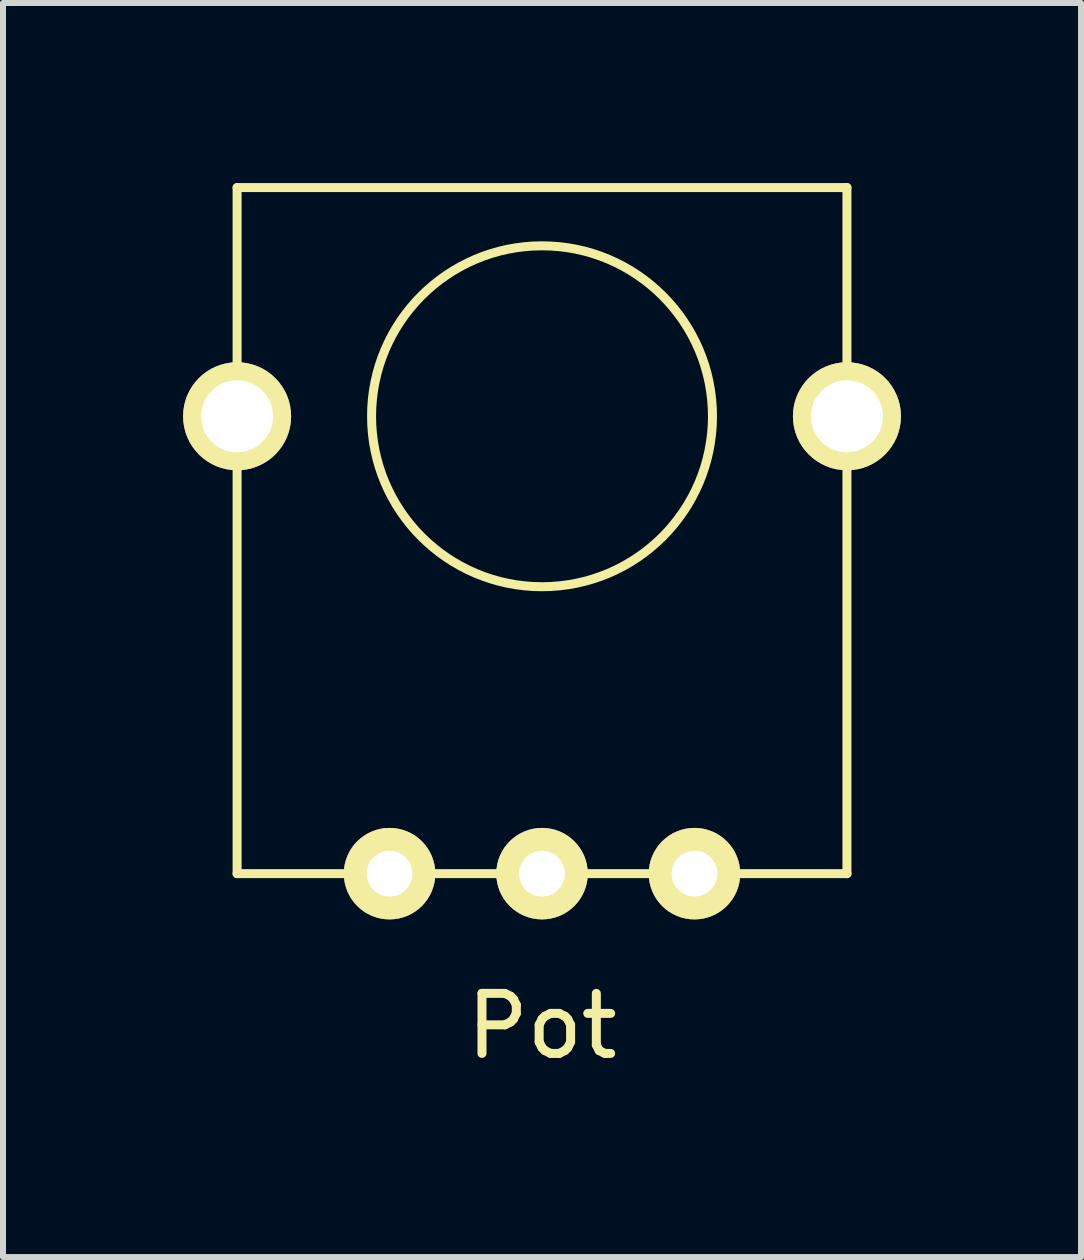
<source format=kicad_pcb>
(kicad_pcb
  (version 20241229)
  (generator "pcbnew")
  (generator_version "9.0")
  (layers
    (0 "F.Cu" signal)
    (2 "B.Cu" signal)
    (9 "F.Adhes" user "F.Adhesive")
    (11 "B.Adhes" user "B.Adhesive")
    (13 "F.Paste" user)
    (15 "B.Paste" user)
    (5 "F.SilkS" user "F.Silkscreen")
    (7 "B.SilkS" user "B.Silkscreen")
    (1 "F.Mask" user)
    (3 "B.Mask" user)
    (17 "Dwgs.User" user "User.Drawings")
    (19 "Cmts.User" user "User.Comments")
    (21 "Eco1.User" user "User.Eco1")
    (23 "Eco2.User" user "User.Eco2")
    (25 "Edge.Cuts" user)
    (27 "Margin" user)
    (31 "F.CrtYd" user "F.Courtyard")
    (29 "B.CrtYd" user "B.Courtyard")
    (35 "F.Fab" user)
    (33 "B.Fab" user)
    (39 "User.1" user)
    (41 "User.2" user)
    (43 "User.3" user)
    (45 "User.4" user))
  (footprint "Pot"
    (layer "F.Cu")
    (at 5.98 3.885)
    (property "Reference" "Pot" (at 0 10.16 0) (layer "F.SilkS") (effects (font (size 1 1) (thickness 0.15))))
    (attr through_hole)
    (fp_line (start -5.08 -3.81) (end 5.08 -3.81) (stroke (width 0.15) (type solid)) (layer "F.SilkS"))
    (fp_line (start -5.08 7.62) (end -5.08 -3.81) (stroke (width 0.15) (type solid)) (layer "F.SilkS"))
    (fp_line (start 5.08 -3.81) (end 5.08 7.62) (stroke (width 0.15) (type solid)) (layer "F.SilkS"))
    (fp_line (start 5.08 7.62) (end -5.08 7.62) (stroke (width 0.15) (type solid)) (layer "F.SilkS"))
    (fp_circle (center 0 0) (end 2.54 1.27) (stroke (width 0.15) (type solid)) (fill no) (layer "F.SilkS"))
    (pad "1" thru_hole circle (at -2.54 7.62) (size 1.524 1.524) (drill 0.762) (layers "*.Cu" "*.Mask" "F.SilkS"))
    (pad "2" thru_hole circle (at 0 7.62) (size 1.524 1.524) (drill 0.762) (layers "*.Cu" "*.Mask" "F.SilkS"))
    (pad "3" thru_hole circle (at 2.54 7.62) (size 1.524 1.524) (drill 0.762) (layers "*.Cu" "*.Mask" "F.SilkS"))
    (pad "4" thru_hole circle (at 5.08 0) (size 1.8 1.8) (drill 1.2) (layers "*.Cu" "*.Mask" "F.SilkS"))
    (pad "5" thru_hole circle (at -5.08 0) (size 1.8 1.8) (drill 1.2) (layers "*.Cu" "*.Mask" "F.SilkS")))
  (gr_rect
    (start -3 -3)
    (end 14.96 17.893)
    (stroke (width 0.1) (type default))
    (fill no)
    (layer "Edge.Cuts")))
</source>
